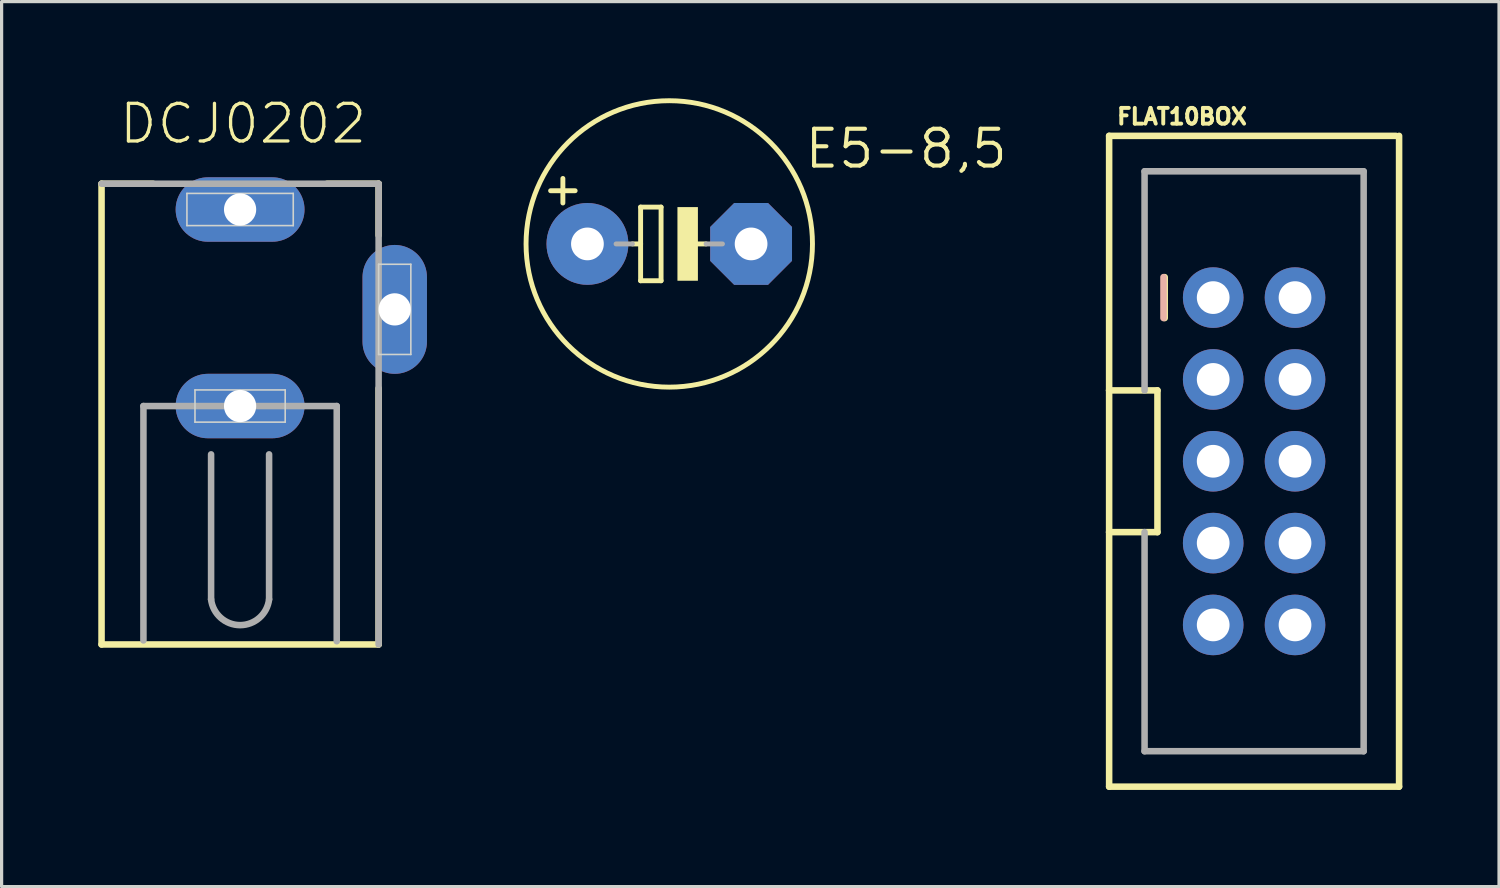
<source format=kicad_pcb>
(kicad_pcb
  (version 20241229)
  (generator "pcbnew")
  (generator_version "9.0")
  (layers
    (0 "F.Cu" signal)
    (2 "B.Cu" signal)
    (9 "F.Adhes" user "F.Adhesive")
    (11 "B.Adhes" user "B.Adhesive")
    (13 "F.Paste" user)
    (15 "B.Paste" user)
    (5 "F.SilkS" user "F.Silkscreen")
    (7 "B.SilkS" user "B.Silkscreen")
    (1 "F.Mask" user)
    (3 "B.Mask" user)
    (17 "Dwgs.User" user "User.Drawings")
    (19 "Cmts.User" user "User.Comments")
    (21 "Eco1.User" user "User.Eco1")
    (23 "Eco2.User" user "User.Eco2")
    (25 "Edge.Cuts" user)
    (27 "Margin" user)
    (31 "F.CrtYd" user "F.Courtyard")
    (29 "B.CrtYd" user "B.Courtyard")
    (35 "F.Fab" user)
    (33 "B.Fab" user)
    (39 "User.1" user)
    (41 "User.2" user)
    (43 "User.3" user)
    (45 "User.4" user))
  (footprint "FLAT10BOX"
    (layer "F.Cu")
    (at 35.876 11.267)
    (property "Reference" "FLAT10BOX" (at -4.318 -10.414 0) (layer "F.SilkS") (effects (font (size 0.488 0.488) (thickness 0.122)) (justify left bottom)))
    (fp_line (start -4.5 -10.1) (end 4.4 -10.1) (stroke (width 0.203) (type solid)) (layer "F.SilkS"))
    (fp_line (start -4.5 -2.2) (end -4.5 -10.1) (stroke (width 0.203) (type solid)) (layer "F.SilkS"))
    (fp_line (start -4.5 -2.2) (end -3 -2.2) (stroke (width 0.203) (type solid)) (layer "F.SilkS"))
    (fp_line (start -4.5 2.2) (end -4.5 -2.2) (stroke (width 0.203) (type solid)) (layer "F.SilkS"))
    (fp_line (start -4.5 10.1) (end -4.5 2.2) (stroke (width 0.203) (type solid)) (layer "F.SilkS"))
    (fp_line (start -3 -2.2) (end -3 2.2) (stroke (width 0.203) (type solid)) (layer "F.SilkS"))
    (fp_line (start -3 2.2) (end -4.5 2.2) (stroke (width 0.203) (type solid)) (layer "F.SilkS"))
    (fp_line (start -2.775 -5.715) (end -2.775 -4.445) (stroke (width 0.203) (type solid)) (layer "F.SilkS"))
    (fp_line (start 4.5 -10.1) (end 4.5 10.1) (stroke (width 0.203) (type solid)) (layer "F.SilkS"))
    (fp_line (start 4.5 10.1) (end -4.5 10.1) (stroke (width 0.203) (type solid)) (layer "F.SilkS"))
    (fp_line (start -2.813 -5.715) (end -2.813 -4.445) (stroke (width 0.203) (type solid)) (layer "B.SilkS"))
    (fp_line (start -3.4 -9) (end -3.4 -2.2) (stroke (width 0.203) (type solid)) (layer "F.Fab"))
    (fp_line (start -3.4 -9) (end 3.4 -9) (stroke (width 0.203) (type solid)) (layer "F.Fab"))
    (fp_line (start -3.4 9) (end -3.4 2.2) (stroke (width 0.203) (type solid)) (layer "F.Fab"))
    (fp_line (start -3.4 9) (end 3.4 9) (stroke (width 0.203) (type solid)) (layer "F.Fab"))
    (fp_line (start 3.4 -9) (end 3.4 9) (stroke (width 0.203) (type solid)) (layer "F.Fab"))
    (fp_poly (pts (xy -1.524 -4.826) (xy -1.016 -4.826) (xy -1.016 -5.334) (xy -1.524 -5.334)) (stroke (width 0.1) (type default)) (fill no) (layer "F.Fab"))
    (fp_poly (pts (xy -1.524 -2.286) (xy -1.016 -2.286) (xy -1.016 -2.794) (xy -1.524 -2.794)) (stroke (width 0.1) (type default)) (fill no) (layer "F.Fab"))
    (fp_poly (pts (xy -1.524 0.254) (xy -1.016 0.254) (xy -1.016 -0.254) (xy -1.524 -0.254)) (stroke (width 0.1) (type default)) (fill no) (layer "F.Fab"))
    (fp_poly (pts (xy -1.524 2.794) (xy -1.016 2.794) (xy -1.016 2.286) (xy -1.524 2.286)) (stroke (width 0.1) (type default)) (fill no) (layer "F.Fab"))
    (fp_poly (pts (xy -1.524 2.794) (xy -1.016 2.794) (xy -1.016 2.286) (xy -1.524 2.286)) (stroke (width 0.1) (type default)) (fill no) (layer "F.Fab"))
    (fp_poly (pts (xy -1.524 5.334) (xy -1.016 5.334) (xy -1.016 4.826) (xy -1.524 4.826)) (stroke (width 0.1) (type default)) (fill no) (layer "F.Fab"))
    (fp_poly (pts (xy 1.016 -4.826) (xy 1.524 -4.826) (xy 1.524 -5.334) (xy 1.016 -5.334)) (stroke (width 0.1) (type default)) (fill no) (layer "F.Fab"))
    (fp_poly (pts (xy 1.016 -2.286) (xy 1.524 -2.286) (xy 1.524 -2.794) (xy 1.016 -2.794)) (stroke (width 0.1) (type default)) (fill no) (layer "F.Fab"))
    (fp_poly (pts (xy 1.016 0.254) (xy 1.524 0.254) (xy 1.524 -0.254) (xy 1.016 -0.254)) (stroke (width 0.1) (type default)) (fill no) (layer "F.Fab"))
    (fp_poly (pts (xy 1.016 2.794) (xy 1.524 2.794) (xy 1.524 2.286) (xy 1.016 2.286)) (stroke (width 0.1) (type default)) (fill no) (layer "F.Fab"))
    (fp_poly (pts (xy 1.016 2.794) (xy 1.524 2.794) (xy 1.524 2.286) (xy 1.016 2.286)) (stroke (width 0.1) (type default)) (fill no) (layer "F.Fab"))
    (fp_poly (pts (xy 1.016 5.334) (xy 1.524 5.334) (xy 1.524 4.826) (xy 1.016 4.826)) (stroke (width 0.1) (type default)) (fill no) (layer "F.Fab"))
    (pad "1" thru_hole circle (at -1.27 -5.08 270) (size 1.88 1.88) (drill 1.016) (layers "*.Cu" "*.Mask"))
    (pad "2" thru_hole circle (at 1.27 -5.08 270) (size 1.88 1.88) (drill 1.016) (layers "*.Cu" "*.Mask"))
    (pad "3" thru_hole circle (at -1.27 -2.54 270) (size 1.88 1.88) (drill 1.016) (layers "*.Cu" "*.Mask"))
    (pad "4" thru_hole circle (at 1.27 -2.54 270) (size 1.88 1.88) (drill 1.016) (layers "*.Cu" "*.Mask"))
    (pad "5" thru_hole circle (at -1.27 0 270) (size 1.88 1.88) (drill 1.016) (layers "*.Cu" "*.Mask"))
    (pad "6" thru_hole circle (at 1.27 0 270) (size 1.88 1.88) (drill 1.016) (layers "*.Cu" "*.Mask"))
    (pad "7" thru_hole circle (at -1.27 2.54 270) (size 1.88 1.88) (drill 1.016) (layers "*.Cu" "*.Mask"))
    (pad "8" thru_hole circle (at 1.27 2.54 270) (size 1.88 1.88) (drill 1.016) (layers "*.Cu" "*.Mask"))
    (pad "9" thru_hole circle (at -1.27 5.08 270) (size 1.88 1.88) (drill 1.016) (layers "*.Cu" "*.Mask"))
    (pad "10" thru_hole circle (at 1.27 5.08 270) (size 1.88 1.88) (drill 1.016) (layers "*.Cu" "*.Mask")))
  (footprint "DCJ0202"
    (layer "F.Cu")
    (at 4.402 6.553)
    (property "Reference" "DCJ0202" (at -3.81 -5.08 0) (layer "F.SilkS") (effects (font (size 1.168 1.168) (thickness 0.102)) (justify left bottom)))
    (fp_line (start -4.3 -3.9) (end -4.3 10.4) (stroke (width 0.203) (type solid)) (layer "F.SilkS"))
    (fp_line (start -4.3 10.4) (end 4.3 10.4) (stroke (width 0.203) (type solid)) (layer "F.SilkS"))
    (fp_line (start -2.7 -3.9) (end -4.3 -3.9) (stroke (width 0.203) (type solid)) (layer "F.SilkS"))
    (fp_line (start 4.3 -3.9) (end 2.7 -3.9) (stroke (width 0.203) (type solid)) (layer "F.SilkS"))
    (fp_line (start 4.3 -2.3) (end 4.3 -3.9) (stroke (width 0.203) (type solid)) (layer "F.SilkS"))
    (fp_line (start 4.3 10.4) (end 4.3 2.45) (stroke (width 0.203) (type solid)) (layer "F.SilkS"))
    (fp_line (start -1.65 -3.6) (end 1.65 -3.6) (stroke (width 0.05) (type solid)) (layer "Edge.Cuts"))
    (fp_line (start -1.65 -2.6) (end -1.65 -3.6) (stroke (width 0.05) (type solid)) (layer "Edge.Cuts"))
    (fp_line (start -1.4 2.5) (end 1.4 2.5) (stroke (width 0.05) (type solid)) (layer "Edge.Cuts"))
    (fp_line (start -1.4 3.5) (end -1.4 2.5) (stroke (width 0.05) (type solid)) (layer "Edge.Cuts"))
    (fp_line (start 1.4 2.5) (end 1.4 3.5) (stroke (width 0.05) (type solid)) (layer "Edge.Cuts"))
    (fp_line (start 1.4 3.5) (end -1.4 3.5) (stroke (width 0.05) (type solid)) (layer "Edge.Cuts"))
    (fp_line (start 1.65 -3.6) (end 1.65 -2.6) (stroke (width 0.05) (type solid)) (layer "Edge.Cuts"))
    (fp_line (start 1.65 -2.6) (end -1.65 -2.6) (stroke (width 0.05) (type solid)) (layer "Edge.Cuts"))
    (fp_line (start 4.3 -1.4) (end 4.3 1.4) (stroke (width 0.05) (type solid)) (layer "Edge.Cuts"))
    (fp_line (start 4.3 1.4) (end 5.3 1.4) (stroke (width 0.05) (type solid)) (layer "Edge.Cuts"))
    (fp_line (start 5.3 -1.4) (end 4.3 -1.4) (stroke (width 0.05) (type solid)) (layer "Edge.Cuts"))
    (fp_line (start 5.3 1.4) (end 5.3 -1.4) (stroke (width 0.05) (type solid)) (layer "Edge.Cuts"))
    (fp_line (start -3 10.275) (end -3 3) (stroke (width 0.203) (type solid)) (layer "F.Fab"))
    (fp_line (start -0.9 9) (end -0.9 4.5) (stroke (width 0.203) (type solid)) (layer "F.Fab"))
    (fp_line (start 0.9 9) (end 0.9 4.5) (stroke (width 0.203) (type solid)) (layer "F.Fab"))
    (fp_line (start 3 3) (end -3 3) (stroke (width 0.203) (type solid)) (layer "F.Fab"))
    (fp_line (start 3 10.3) (end 3 3) (stroke (width 0.203) (type solid)) (layer "F.Fab"))
    (fp_line (start 4.3 -3.9) (end -4.3 -3.9) (stroke (width 0.203) (type solid)) (layer "F.Fab"))
    (fp_line (start 4.3 10.4) (end 4.3 -3.9) (stroke (width 0.203) (type solid)) (layer "F.Fab"))
    (fp_arc (start 0.9 8.999998) (mid 0.000001 9.800308) (end -0.9 9) (stroke (width 0.2032) (type solid)) (layer "F.Fab"))
    (pad "1" thru_hole oval (at 0 -3.1 180) (size 4 2) (drill 1) (layers "*.Cu" "*.Mask"))
    (pad "2" thru_hole oval (at 4.8 0 90) (size 4 2) (drill 1) (layers "*.Cu" "*.Mask"))
    (pad "3" thru_hole oval (at 0 3 180) (size 4 2) (drill 1) (layers "*.Cu" "*.Mask")))
  (footprint "E5-8,5"
    (layer "F.Cu")
    (at 17.723 4.521)
    (property "Reference" "E5-8,5" (at 4.14 -2.286 0) (layer "F.SilkS") (effects (font (size 1.143 1.143) (thickness 0.127)) (justify left bottom)))
    (fp_line (start -3.683 -1.651) (end -2.921 -1.651) (stroke (width 0.152) (type solid)) (layer "F.SilkS"))
    (fp_line (start -3.302 -2.032) (end -3.302 -1.27) (stroke (width 0.152) (type solid)) (layer "F.SilkS"))
    (fp_line (start -1.143 0) (end -0.889 0) (stroke (width 0.152) (type solid)) (layer "F.SilkS"))
    (fp_line (start -0.889 -1.143) (end -0.889 0) (stroke (width 0.152) (type solid)) (layer "F.SilkS"))
    (fp_line (start -0.889 0) (end -0.889 1.143) (stroke (width 0.152) (type solid)) (layer "F.SilkS"))
    (fp_line (start -0.889 1.143) (end -0.254 1.143) (stroke (width 0.152) (type solid)) (layer "F.SilkS"))
    (fp_line (start -0.254 -1.143) (end -0.889 -1.143) (stroke (width 0.152) (type solid)) (layer "F.SilkS"))
    (fp_line (start -0.254 1.143) (end -0.254 -1.143) (stroke (width 0.152) (type solid)) (layer "F.SilkS"))
    (fp_line (start 0.635 0) (end 1.143 0) (stroke (width 0.152) (type solid)) (layer "F.SilkS"))
    (fp_circle (center 0 0) (end 4.445 0) (stroke (width 0.152) (type solid)) (fill no) (layer "F.SilkS"))
    (fp_poly (pts (xy 0.254 1.143) (xy 0.889 1.143) (xy 0.889 -1.143) (xy 0.254 -1.143)) (stroke (width 0) (type default)) (fill yes) (layer "F.SilkS"))
    (fp_line (start -1.651 0) (end -1.143 0) (stroke (width 0.152) (type solid)) (layer "F.Fab"))
    (fp_line (start 1.143 0) (end 1.651 0) (stroke (width 0.152) (type solid)) (layer "F.Fab"))
    (pad "+" thru_hole circle (at -2.54 0) (size 2.54 2.54) (drill 1.016) (layers "*.Cu" "*.Mask"))
    (pad "-" thru_hole roundrect (at 2.54 0) (size 2.54 2.54) (drill 1.016) (layers "*.Cu" "*.Mask") (roundrect_rratio 0.25) (chamfer_ratio 0.293) (chamfer top_left top_right bottom_left bottom_right)))
  (gr_rect
    (start -3 -3)
    (end 43.478 24.469)
    (stroke (width 0.1) (type default))
    (fill no)
    (layer "Edge.Cuts")))
</source>
